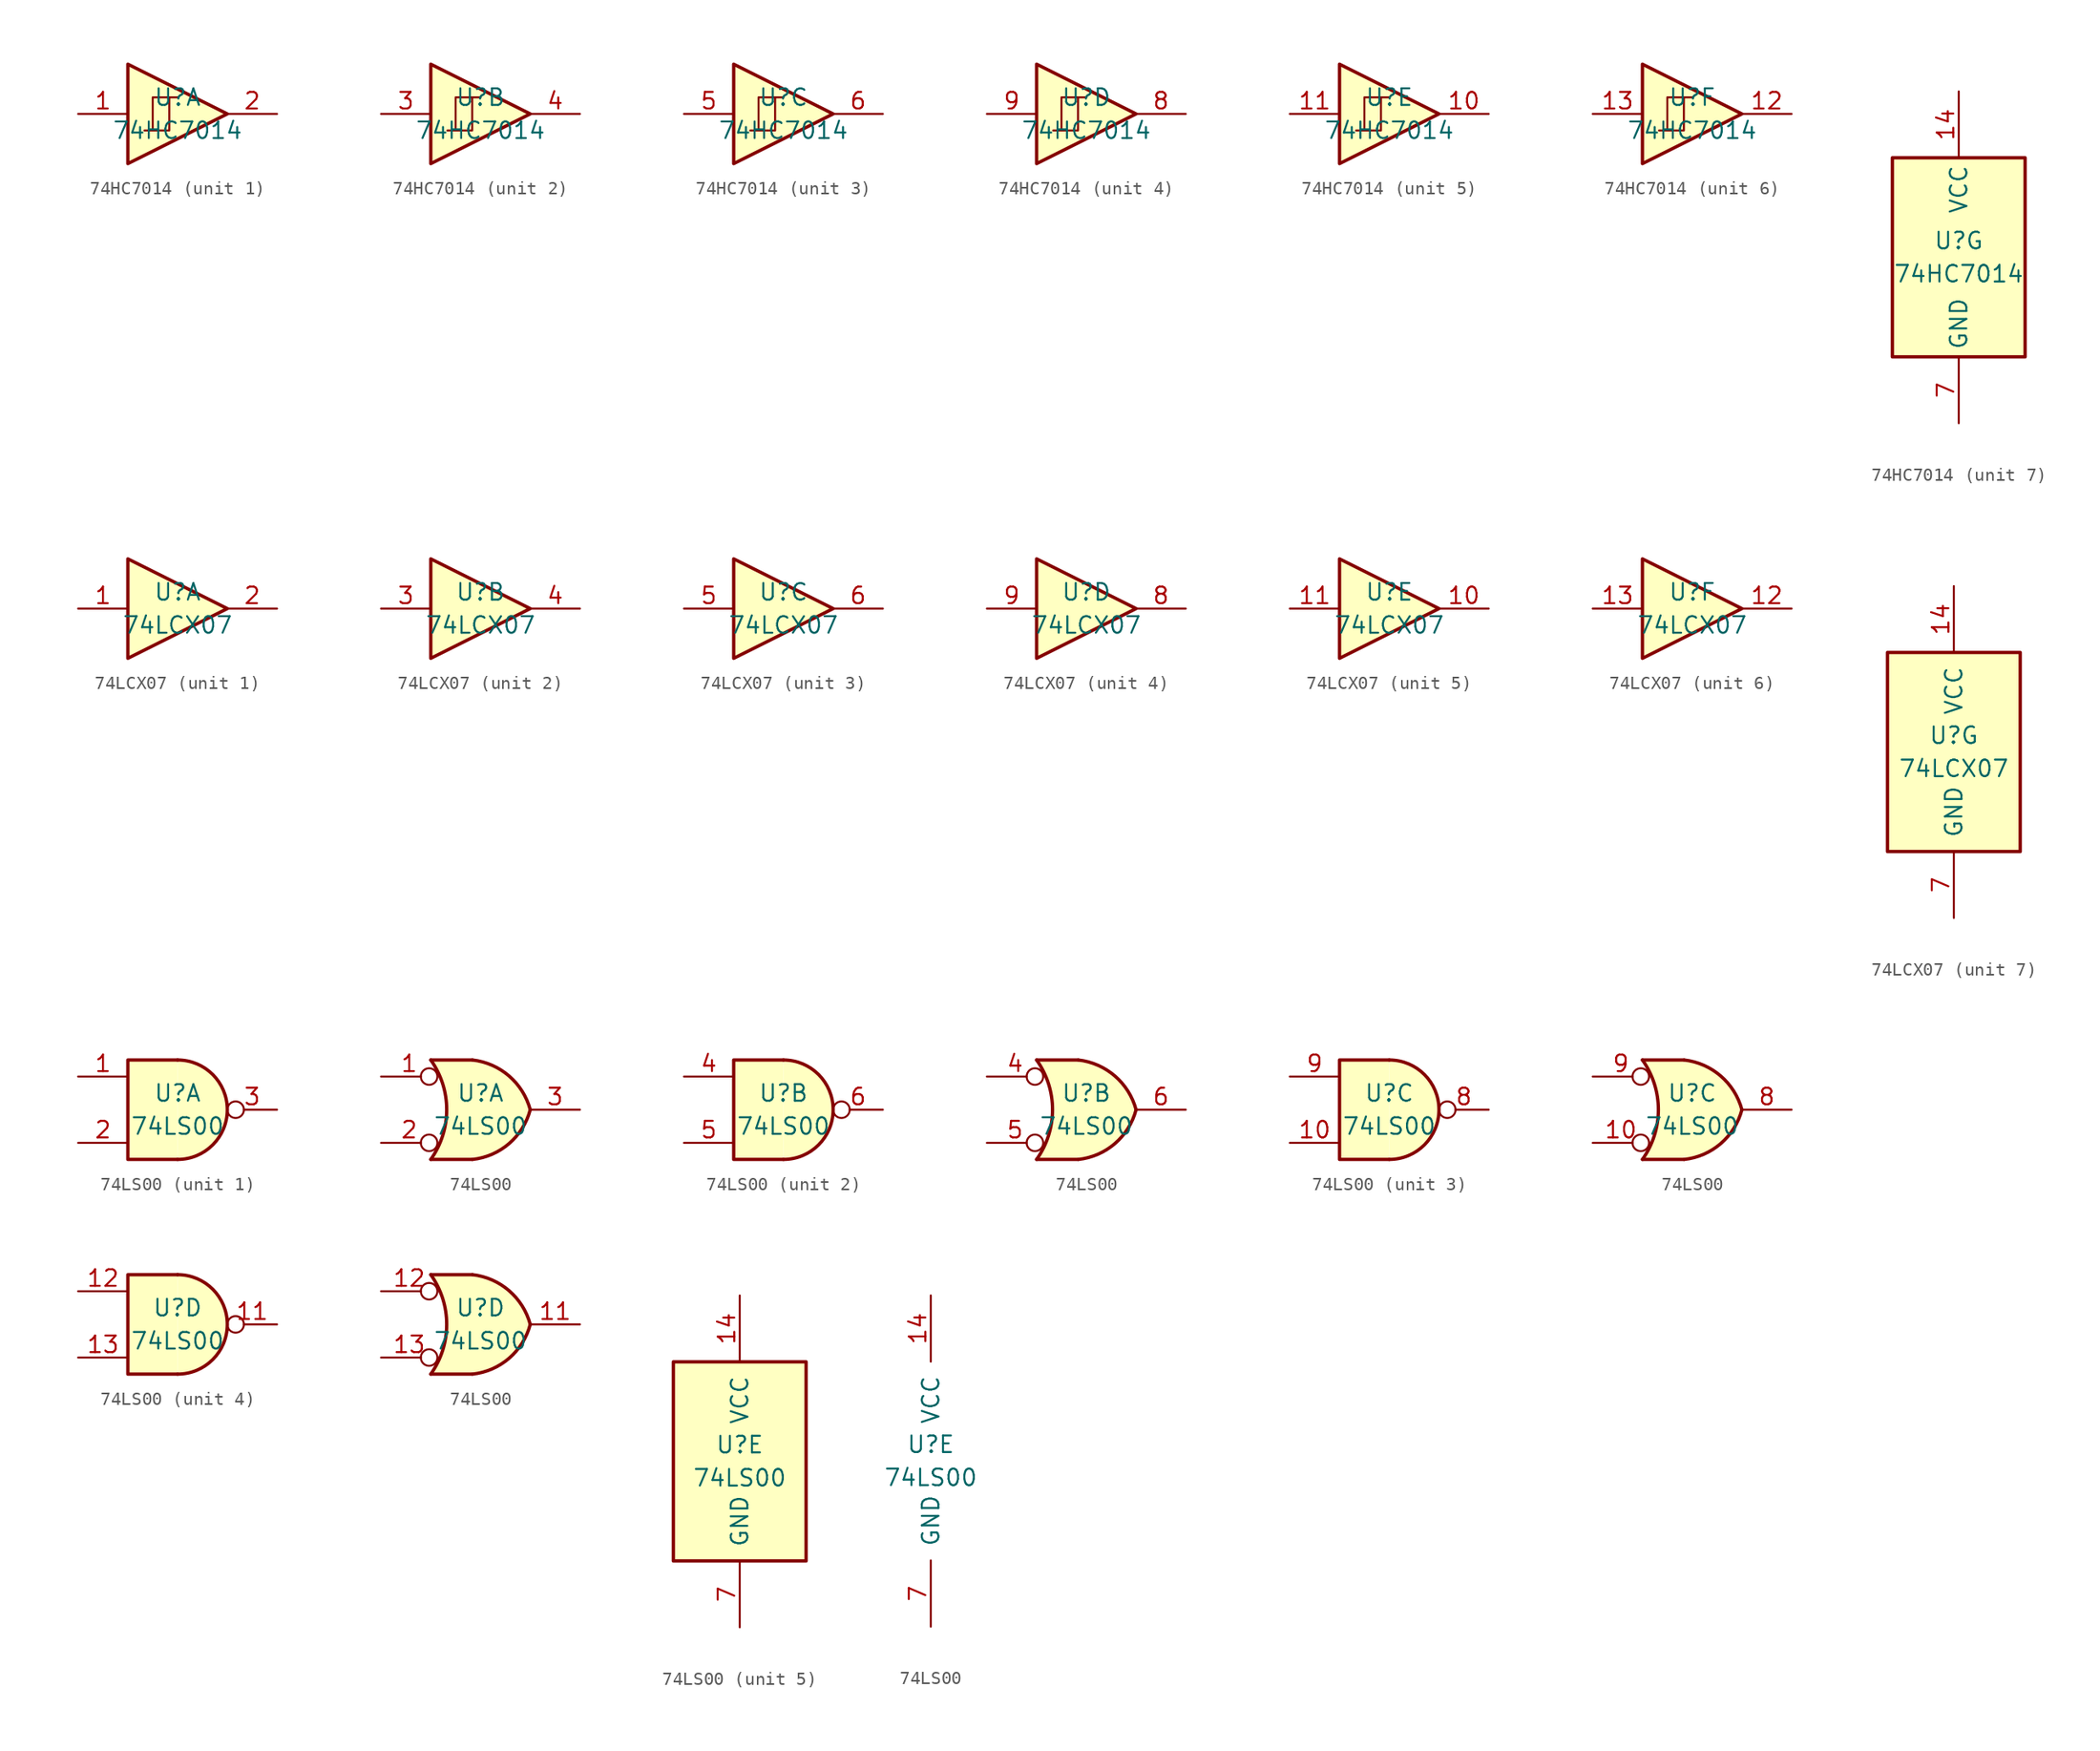
<source format=kicad_sym>
(kicad_symbol_lib
  (version 20201005)
  (generator kicad_symbol_editor)
  (symbol "74HC7014"
    (property "Reference" "U"
      (at 0 1.27 0)
      (effects (font (size 1.27 1.27))))
    (property "Value" "74HC7014"
      (at 0 -1.27 0)
      (effects (font (size 1.27 1.27))))
    (property "ki_locked" ""
      (at 0 0 0)
      (effects (font (size 1.27 1.27))))
    (symbol "74HC7014_1_1"
      (polyline (pts (xy -1.905 -1.27) (xy -1.905 1.27) (xy -0.635 1.27)) (stroke (width 0)) (fill (type none)))
      (polyline (pts (xy -3.81 3.81) (xy -3.81 -3.81) (xy 3.81 0) (xy -3.81 3.81)) (stroke (width 0.254)) (fill (type background)))
      (polyline (pts (xy -2.54 -1.27) (xy -0.635 -1.27) (xy -0.635 1.27) (xy 0 1.27)) (stroke (width 0)) (fill (type none)))
      (pin input line (at -7.62 0 0) (length 3.81) (name "~" (effects (font (size 1.27 1.27)))) (number "1" (effects (font (size 1.27 1.27)))))
      (pin output line (at 7.62 0 180) (length 3.81) (name "~" (effects (font (size 1.27 1.27)))) (number "2" (effects (font (size 1.27 1.27))))))
    (symbol "74HC7014_2_1"
      (polyline (pts (xy -1.905 -1.27) (xy -1.905 1.27) (xy -0.635 1.27)) (stroke (width 0)) (fill (type none)))
      (polyline (pts (xy -3.81 3.81) (xy -3.81 -3.81) (xy 3.81 0) (xy -3.81 3.81)) (stroke (width 0.254)) (fill (type background)))
      (polyline (pts (xy -2.54 -1.27) (xy -0.635 -1.27) (xy -0.635 1.27) (xy 0 1.27)) (stroke (width 0)) (fill (type none)))
      (pin input line (at -7.62 0 0) (length 3.81) (name "~" (effects (font (size 1.27 1.27)))) (number "3" (effects (font (size 1.27 1.27)))))
      (pin output line (at 7.62 0 180) (length 3.81) (name "~" (effects (font (size 1.27 1.27)))) (number "4" (effects (font (size 1.27 1.27))))))
    (symbol "74HC7014_3_1"
      (polyline (pts (xy -1.905 -1.27) (xy -1.905 1.27) (xy -0.635 1.27)) (stroke (width 0)) (fill (type none)))
      (polyline (pts (xy -3.81 3.81) (xy -3.81 -3.81) (xy 3.81 0) (xy -3.81 3.81)) (stroke (width 0.254)) (fill (type background)))
      (polyline (pts (xy -2.54 -1.27) (xy -0.635 -1.27) (xy -0.635 1.27) (xy 0 1.27)) (stroke (width 0)) (fill (type none)))
      (pin input line (at -7.62 0 0) (length 3.81) (name "~" (effects (font (size 1.27 1.27)))) (number "5" (effects (font (size 1.27 1.27)))))
      (pin output line (at 7.62 0 180) (length 3.81) (name "~" (effects (font (size 1.27 1.27)))) (number "6" (effects (font (size 1.27 1.27))))))
    (symbol "74HC7014_4_1"
      (polyline (pts (xy -1.905 -1.27) (xy -1.905 1.27) (xy -0.635 1.27)) (stroke (width 0)) (fill (type none)))
      (polyline (pts (xy -3.81 3.81) (xy -3.81 -3.81) (xy 3.81 0) (xy -3.81 3.81)) (stroke (width 0.254)) (fill (type background)))
      (polyline (pts (xy -2.54 -1.27) (xy -0.635 -1.27) (xy -0.635 1.27) (xy 0 1.27)) (stroke (width 0)) (fill (type none)))
      (pin output line (at 7.62 0 180) (length 3.81) (name "~" (effects (font (size 1.27 1.27)))) (number "8" (effects (font (size 1.27 1.27)))))
      (pin input line (at -7.62 0 0) (length 3.81) (name "~" (effects (font (size 1.27 1.27)))) (number "9" (effects (font (size 1.27 1.27))))))
    (symbol "74HC7014_5_1"
      (polyline (pts (xy -1.905 -1.27) (xy -1.905 1.27) (xy -0.635 1.27)) (stroke (width 0)) (fill (type none)))
      (polyline (pts (xy -3.81 3.81) (xy -3.81 -3.81) (xy 3.81 0) (xy -3.81 3.81)) (stroke (width 0.254)) (fill (type background)))
      (polyline (pts (xy -2.54 -1.27) (xy -0.635 -1.27) (xy -0.635 1.27) (xy 0 1.27)) (stroke (width 0)) (fill (type none)))
      (pin output line (at 7.62 0 180) (length 3.81) (name "~" (effects (font (size 1.27 1.27)))) (number "10" (effects (font (size 1.27 1.27)))))
      (pin input line (at -7.62 0 0) (length 3.81) (name "~" (effects (font (size 1.27 1.27)))) (number "11" (effects (font (size 1.27 1.27))))))
    (symbol "74HC7014_6_1"
      (polyline (pts (xy -1.905 -1.27) (xy -1.905 1.27) (xy -0.635 1.27)) (stroke (width 0)) (fill (type none)))
      (polyline (pts (xy -3.81 3.81) (xy -3.81 -3.81) (xy 3.81 0) (xy -3.81 3.81)) (stroke (width 0.254)) (fill (type background)))
      (polyline (pts (xy -2.54 -1.27) (xy -0.635 -1.27) (xy -0.635 1.27) (xy 0 1.27)) (stroke (width 0)) (fill (type none)))
      (pin output line (at 7.62 0 180) (length 3.81) (name "~" (effects (font (size 1.27 1.27)))) (number "12" (effects (font (size 1.27 1.27)))))
      (pin input line (at -7.62 0 0) (length 3.81) (name "~" (effects (font (size 1.27 1.27)))) (number "13" (effects (font (size 1.27 1.27))))))
    (symbol "74HC7014_7_1"
      (rectangle (start -5.08 7.62) (end 5.08 -7.62) (stroke (width 0.254)) (fill (type background)))
      (pin power_in line (at 0 12.7 270) (length 5.08) (name "VCC" (effects (font (size 1.27 1.27)))) (number "14" (effects (font (size 1.27 1.27)))))
      (pin power_in line (at 0 -12.7 90) (length 5.08) (name "GND" (effects (font (size 1.27 1.27)))) (number "7" (effects (font (size 1.27 1.27)))))))
  (symbol "74LCX07"
    (pin_names
      (offset 1.016))
    (property "Reference" "U"
      (at 0 1.27 0)
      (effects (font (size 1.27 1.27))))
    (property "Value" "74LCX07"
      (at 0 -1.27 0)
      (effects (font (size 1.27 1.27))))
    (property "ki_locked" ""
      (at 0 0 0)
      (effects (font (size 1.27 1.27))))
    (symbol "74LCX07_1_0"
      (polyline (pts (xy -3.81 3.81) (xy -3.81 -3.81) (xy 3.81 0) (xy -3.81 3.81)) (stroke (width 0.254)) (fill (type background)))
      (pin input line (at -7.62 0 0) (length 3.81) (name "~" (effects (font (size 1.27 1.27)))) (number "1" (effects (font (size 1.27 1.27)))))
      (pin open_collector line (at 7.62 0 180) (length 3.81) (name "~" (effects (font (size 1.27 1.27)))) (number "2" (effects (font (size 1.27 1.27))))))
    (symbol "74LCX07_2_0"
      (polyline (pts (xy -3.81 3.81) (xy -3.81 -3.81) (xy 3.81 0) (xy -3.81 3.81)) (stroke (width 0.254)) (fill (type background)))
      (pin input line (at -7.62 0 0) (length 3.81) (name "~" (effects (font (size 1.27 1.27)))) (number "3" (effects (font (size 1.27 1.27)))))
      (pin open_collector line (at 7.62 0 180) (length 3.81) (name "~" (effects (font (size 1.27 1.27)))) (number "4" (effects (font (size 1.27 1.27))))))
    (symbol "74LCX07_3_0"
      (polyline (pts (xy -3.81 3.81) (xy -3.81 -3.81) (xy 3.81 0) (xy -3.81 3.81)) (stroke (width 0.254)) (fill (type background)))
      (pin input line (at -7.62 0 0) (length 3.81) (name "~" (effects (font (size 1.27 1.27)))) (number "5" (effects (font (size 1.27 1.27)))))
      (pin open_collector line (at 7.62 0 180) (length 3.81) (name "~" (effects (font (size 1.27 1.27)))) (number "6" (effects (font (size 1.27 1.27))))))
    (symbol "74LCX07_4_0"
      (polyline (pts (xy -3.81 3.81) (xy -3.81 -3.81) (xy 3.81 0) (xy -3.81 3.81)) (stroke (width 0.254)) (fill (type background)))
      (pin open_collector line (at 7.62 0 180) (length 3.81) (name "~" (effects (font (size 1.27 1.27)))) (number "8" (effects (font (size 1.27 1.27)))))
      (pin input line (at -7.62 0 0) (length 3.81) (name "~" (effects (font (size 1.27 1.27)))) (number "9" (effects (font (size 1.27 1.27))))))
    (symbol "74LCX07_5_0"
      (polyline (pts (xy -3.81 3.81) (xy -3.81 -3.81) (xy 3.81 0) (xy -3.81 3.81)) (stroke (width 0.254)) (fill (type background)))
      (pin open_collector line (at 7.62 0 180) (length 3.81) (name "~" (effects (font (size 1.27 1.27)))) (number "10" (effects (font (size 1.27 1.27)))))
      (pin input line (at -7.62 0 0) (length 3.81) (name "~" (effects (font (size 1.27 1.27)))) (number "11" (effects (font (size 1.27 1.27))))))
    (symbol "74LCX07_6_0"
      (polyline (pts (xy -3.81 3.81) (xy -3.81 -3.81) (xy 3.81 0) (xy -3.81 3.81)) (stroke (width 0.254)) (fill (type background)))
      (pin open_collector line (at 7.62 0 180) (length 3.81) (name "~" (effects (font (size 1.27 1.27)))) (number "12" (effects (font (size 1.27 1.27)))))
      (pin input line (at -7.62 0 0) (length 3.81) (name "~" (effects (font (size 1.27 1.27)))) (number "13" (effects (font (size 1.27 1.27))))))
    (symbol "74LCX07_7_0"
      (pin power_in line (at 0 12.7 270) (length 5.08) (name "VCC" (effects (font (size 1.27 1.27)))) (number "14" (effects (font (size 1.27 1.27)))))
      (pin power_in line (at 0 -12.7 90) (length 5.08) (name "GND" (effects (font (size 1.27 1.27)))) (number "7" (effects (font (size 1.27 1.27))))))
    (symbol "74LCX07_7_1"
      (rectangle (start -5.08 7.62) (end 5.08 -7.62) (stroke (width 0.254)) (fill (type background)))))
  (symbol "74LS00"
    (pin_names
      (offset 1.016))
    (property "Reference" "U"
      (at 0 1.27 0)
      (effects (font (size 1.27 1.27))))
    (property "Value" "74LS00"
      (at 0 -1.27 0)
      (effects (font (size 1.27 1.27))))
    (property "ki_locked" ""
      (at 0 0 0)
      (effects (font (size 1.27 1.27))))
    (symbol "74LS00_1_1"
      (arc (start 0 -3.81) (end 0 3.81) (radius (at 0 0) (length 3.81) (angles -89.9 89.9)) (stroke (width 0.254)) (fill (type background)))
      (polyline (pts (xy 0 3.81) (xy -3.81 3.81) (xy -3.81 -3.81) (xy 0 -3.81)) (stroke (width 0.254)) (fill (type background)))
      (pin input line (at -7.62 2.54 0) (length 3.81) (name "~" (effects (font (size 1.27 1.27)))) (number "1" (effects (font (size 1.27 1.27)))))
      (pin input line (at -7.62 -2.54 0) (length 3.81) (name "~" (effects (font (size 1.27 1.27)))) (number "2" (effects (font (size 1.27 1.27)))))
      (pin output inverted (at 7.62 0 180) (length 3.81) (name "~" (effects (font (size 1.27 1.27)))) (number "3" (effects (font (size 1.27 1.27))))))
    (symbol "74LS00_1_2"
      (arc (start -3.81 3.81) (end -3.81 -3.81) (radius (at -9.144 0) (length 6.5532) (angles 35.4 -35.4)) (stroke (width 0.254)) (fill (type none)))
      (arc (start 3.81 0) (end -0.6096 3.81) (radius (at -1.1938 -1.3208) (length 5.1816) (angles 15 83.7)) (stroke (width 0.254)) (fill (type background)))
      (arc (start 3.81 0) (end -0.6096 -3.81) (radius (at -1.1938 1.3208) (length 5.1816) (angles -15 -83.7)) (stroke (width 0.254)) (fill (type background)))
      (polyline (pts (xy -3.81 -3.81) (xy -0.635 -3.81)) (stroke (width 0.254)) (fill (type background)))
      (polyline (pts (xy -3.81 3.81) (xy -0.635 3.81)) (stroke (width 0.254)) (fill (type background)))
      (polyline (pts (xy -0.635 3.81) (xy -3.81 3.81) (xy -3.81 3.81) (xy -3.556 3.404) (xy -3.023 2.261) (xy -2.692 1.041) (xy -2.616 -0.254) (xy -2.769 -1.499) (xy -3.175 -2.718) (xy -3.81 -3.81) (xy -3.81 -3.81) (xy -0.635 -3.81)) (stroke (width -25.4)) (fill (type background)))
      (pin input inverted (at -7.62 2.54 0) (length 4.318) (name "~" (effects (font (size 1.27 1.27)))) (number "1" (effects (font (size 1.27 1.27)))))
      (pin input inverted (at -7.62 -2.54 0) (length 4.318) (name "~" (effects (font (size 1.27 1.27)))) (number "2" (effects (font (size 1.27 1.27)))))
      (pin output line (at 7.62 0 180) (length 3.81) (name "~" (effects (font (size 1.27 1.27)))) (number "3" (effects (font (size 1.27 1.27))))))
    (symbol "74LS00_2_1"
      (arc (start 0 -3.81) (end 0 3.81) (radius (at 0 0) (length 3.81) (angles -89.9 89.9)) (stroke (width 0.254)) (fill (type background)))
      (polyline (pts (xy 0 3.81) (xy -3.81 3.81) (xy -3.81 -3.81) (xy 0 -3.81)) (stroke (width 0.254)) (fill (type background)))
      (pin input line (at -7.62 2.54 0) (length 3.81) (name "~" (effects (font (size 1.27 1.27)))) (number "4" (effects (font (size 1.27 1.27)))))
      (pin input line (at -7.62 -2.54 0) (length 3.81) (name "~" (effects (font (size 1.27 1.27)))) (number "5" (effects (font (size 1.27 1.27)))))
      (pin output inverted (at 7.62 0 180) (length 3.81) (name "~" (effects (font (size 1.27 1.27)))) (number "6" (effects (font (size 1.27 1.27))))))
    (symbol "74LS00_2_2"
      (arc (start -3.81 3.81) (end -3.81 -3.81) (radius (at -9.144 0) (length 6.5532) (angles 35.4 -35.4)) (stroke (width 0.254)) (fill (type none)))
      (arc (start 3.81 0) (end -0.6096 3.81) (radius (at -1.1938 -1.3208) (length 5.1816) (angles 15 83.7)) (stroke (width 0.254)) (fill (type background)))
      (arc (start 3.81 0) (end -0.6096 -3.81) (radius (at -1.1938 1.3208) (length 5.1816) (angles -15 -83.7)) (stroke (width 0.254)) (fill (type background)))
      (polyline (pts (xy -3.81 -3.81) (xy -0.635 -3.81)) (stroke (width 0.254)) (fill (type background)))
      (polyline (pts (xy -3.81 3.81) (xy -0.635 3.81)) (stroke (width 0.254)) (fill (type background)))
      (polyline (pts (xy -0.635 3.81) (xy -3.81 3.81) (xy -3.81 3.81) (xy -3.556 3.404) (xy -3.023 2.261) (xy -2.692 1.041) (xy -2.616 -0.254) (xy -2.769 -1.499) (xy -3.175 -2.718) (xy -3.81 -3.81) (xy -3.81 -3.81) (xy -0.635 -3.81)) (stroke (width -25.4)) (fill (type background)))
      (pin input inverted (at -7.62 2.54 0) (length 4.318) (name "~" (effects (font (size 1.27 1.27)))) (number "4" (effects (font (size 1.27 1.27)))))
      (pin input inverted (at -7.62 -2.54 0) (length 4.318) (name "~" (effects (font (size 1.27 1.27)))) (number "5" (effects (font (size 1.27 1.27)))))
      (pin output line (at 7.62 0 180) (length 3.81) (name "~" (effects (font (size 1.27 1.27)))) (number "6" (effects (font (size 1.27 1.27))))))
    (symbol "74LS00_3_1"
      (arc (start 0 -3.81) (end 0 3.81) (radius (at 0 0) (length 3.81) (angles -89.9 89.9)) (stroke (width 0.254)) (fill (type background)))
      (polyline (pts (xy 0 3.81) (xy -3.81 3.81) (xy -3.81 -3.81) (xy 0 -3.81)) (stroke (width 0.254)) (fill (type background)))
      (pin input line (at -7.62 -2.54 0) (length 3.81) (name "~" (effects (font (size 1.27 1.27)))) (number "10" (effects (font (size 1.27 1.27)))))
      (pin output inverted (at 7.62 0 180) (length 3.81) (name "~" (effects (font (size 1.27 1.27)))) (number "8" (effects (font (size 1.27 1.27)))))
      (pin input line (at -7.62 2.54 0) (length 3.81) (name "~" (effects (font (size 1.27 1.27)))) (number "9" (effects (font (size 1.27 1.27))))))
    (symbol "74LS00_3_2"
      (arc (start -3.81 3.81) (end -3.81 -3.81) (radius (at -9.144 0) (length 6.5532) (angles 35.4 -35.4)) (stroke (width 0.254)) (fill (type none)))
      (arc (start 3.81 0) (end -0.6096 3.81) (radius (at -1.1938 -1.3208) (length 5.1816) (angles 15 83.7)) (stroke (width 0.254)) (fill (type background)))
      (arc (start 3.81 0) (end -0.6096 -3.81) (radius (at -1.1938 1.3208) (length 5.1816) (angles -15 -83.7)) (stroke (width 0.254)) (fill (type background)))
      (polyline (pts (xy -3.81 -3.81) (xy -0.635 -3.81)) (stroke (width 0.254)) (fill (type background)))
      (polyline (pts (xy -3.81 3.81) (xy -0.635 3.81)) (stroke (width 0.254)) (fill (type background)))
      (polyline (pts (xy -0.635 3.81) (xy -3.81 3.81) (xy -3.81 3.81) (xy -3.556 3.404) (xy -3.023 2.261) (xy -2.692 1.041) (xy -2.616 -0.254) (xy -2.769 -1.499) (xy -3.175 -2.718) (xy -3.81 -3.81) (xy -3.81 -3.81) (xy -0.635 -3.81)) (stroke (width -25.4)) (fill (type background)))
      (pin input inverted (at -7.62 -2.54 0) (length 4.318) (name "~" (effects (font (size 1.27 1.27)))) (number "10" (effects (font (size 1.27 1.27)))))
      (pin output line (at 7.62 0 180) (length 3.81) (name "~" (effects (font (size 1.27 1.27)))) (number "8" (effects (font (size 1.27 1.27)))))
      (pin input inverted (at -7.62 2.54 0) (length 4.318) (name "~" (effects (font (size 1.27 1.27)))) (number "9" (effects (font (size 1.27 1.27))))))
    (symbol "74LS00_4_1"
      (arc (start 0 -3.81) (end 0 3.81) (radius (at 0 0) (length 3.81) (angles -89.9 89.9)) (stroke (width 0.254)) (fill (type background)))
      (polyline (pts (xy 0 3.81) (xy -3.81 3.81) (xy -3.81 -3.81) (xy 0 -3.81)) (stroke (width 0.254)) (fill (type background)))
      (pin output inverted (at 7.62 0 180) (length 3.81) (name "~" (effects (font (size 1.27 1.27)))) (number "11" (effects (font (size 1.27 1.27)))))
      (pin input line (at -7.62 2.54 0) (length 3.81) (name "~" (effects (font (size 1.27 1.27)))) (number "12" (effects (font (size 1.27 1.27)))))
      (pin input line (at -7.62 -2.54 0) (length 3.81) (name "~" (effects (font (size 1.27 1.27)))) (number "13" (effects (font (size 1.27 1.27))))))
    (symbol "74LS00_4_2"
      (arc (start -3.81 3.81) (end -3.81 -3.81) (radius (at -9.144 0) (length 6.5532) (angles 35.4 -35.4)) (stroke (width 0.254)) (fill (type none)))
      (arc (start 3.81 0) (end -0.6096 3.81) (radius (at -1.1938 -1.3208) (length 5.1816) (angles 15 83.7)) (stroke (width 0.254)) (fill (type background)))
      (arc (start 3.81 0) (end -0.6096 -3.81) (radius (at -1.1938 1.3208) (length 5.1816) (angles -15 -83.7)) (stroke (width 0.254)) (fill (type background)))
      (polyline (pts (xy -3.81 -3.81) (xy -0.635 -3.81)) (stroke (width 0.254)) (fill (type background)))
      (polyline (pts (xy -3.81 3.81) (xy -0.635 3.81)) (stroke (width 0.254)) (fill (type background)))
      (polyline (pts (xy -0.635 3.81) (xy -3.81 3.81) (xy -3.81 3.81) (xy -3.556 3.404) (xy -3.023 2.261) (xy -2.692 1.041) (xy -2.616 -0.254) (xy -2.769 -1.499) (xy -3.175 -2.718) (xy -3.81 -3.81) (xy -3.81 -3.81) (xy -0.635 -3.81)) (stroke (width -25.4)) (fill (type background)))
      (pin output line (at 7.62 0 180) (length 3.81) (name "~" (effects (font (size 1.27 1.27)))) (number "11" (effects (font (size 1.27 1.27)))))
      (pin input inverted (at -7.62 2.54 0) (length 4.318) (name "~" (effects (font (size 1.27 1.27)))) (number "12" (effects (font (size 1.27 1.27)))))
      (pin input inverted (at -7.62 -2.54 0) (length 4.318) (name "~" (effects (font (size 1.27 1.27)))) (number "13" (effects (font (size 1.27 1.27))))))
    (symbol "74LS00_5_0"
      (pin power_in line (at 0 12.7 270) (length 5.08) (name "VCC" (effects (font (size 1.27 1.27)))) (number "14" (effects (font (size 1.27 1.27)))))
      (pin power_in line (at 0 -12.7 90) (length 5.08) (name "GND" (effects (font (size 1.27 1.27)))) (number "7" (effects (font (size 1.27 1.27))))))
    (symbol "74LS00_5_1"
      (rectangle (start -5.08 7.62) (end 5.08 -7.62) (stroke (width 0.254)) (fill (type background))))))
</source>
